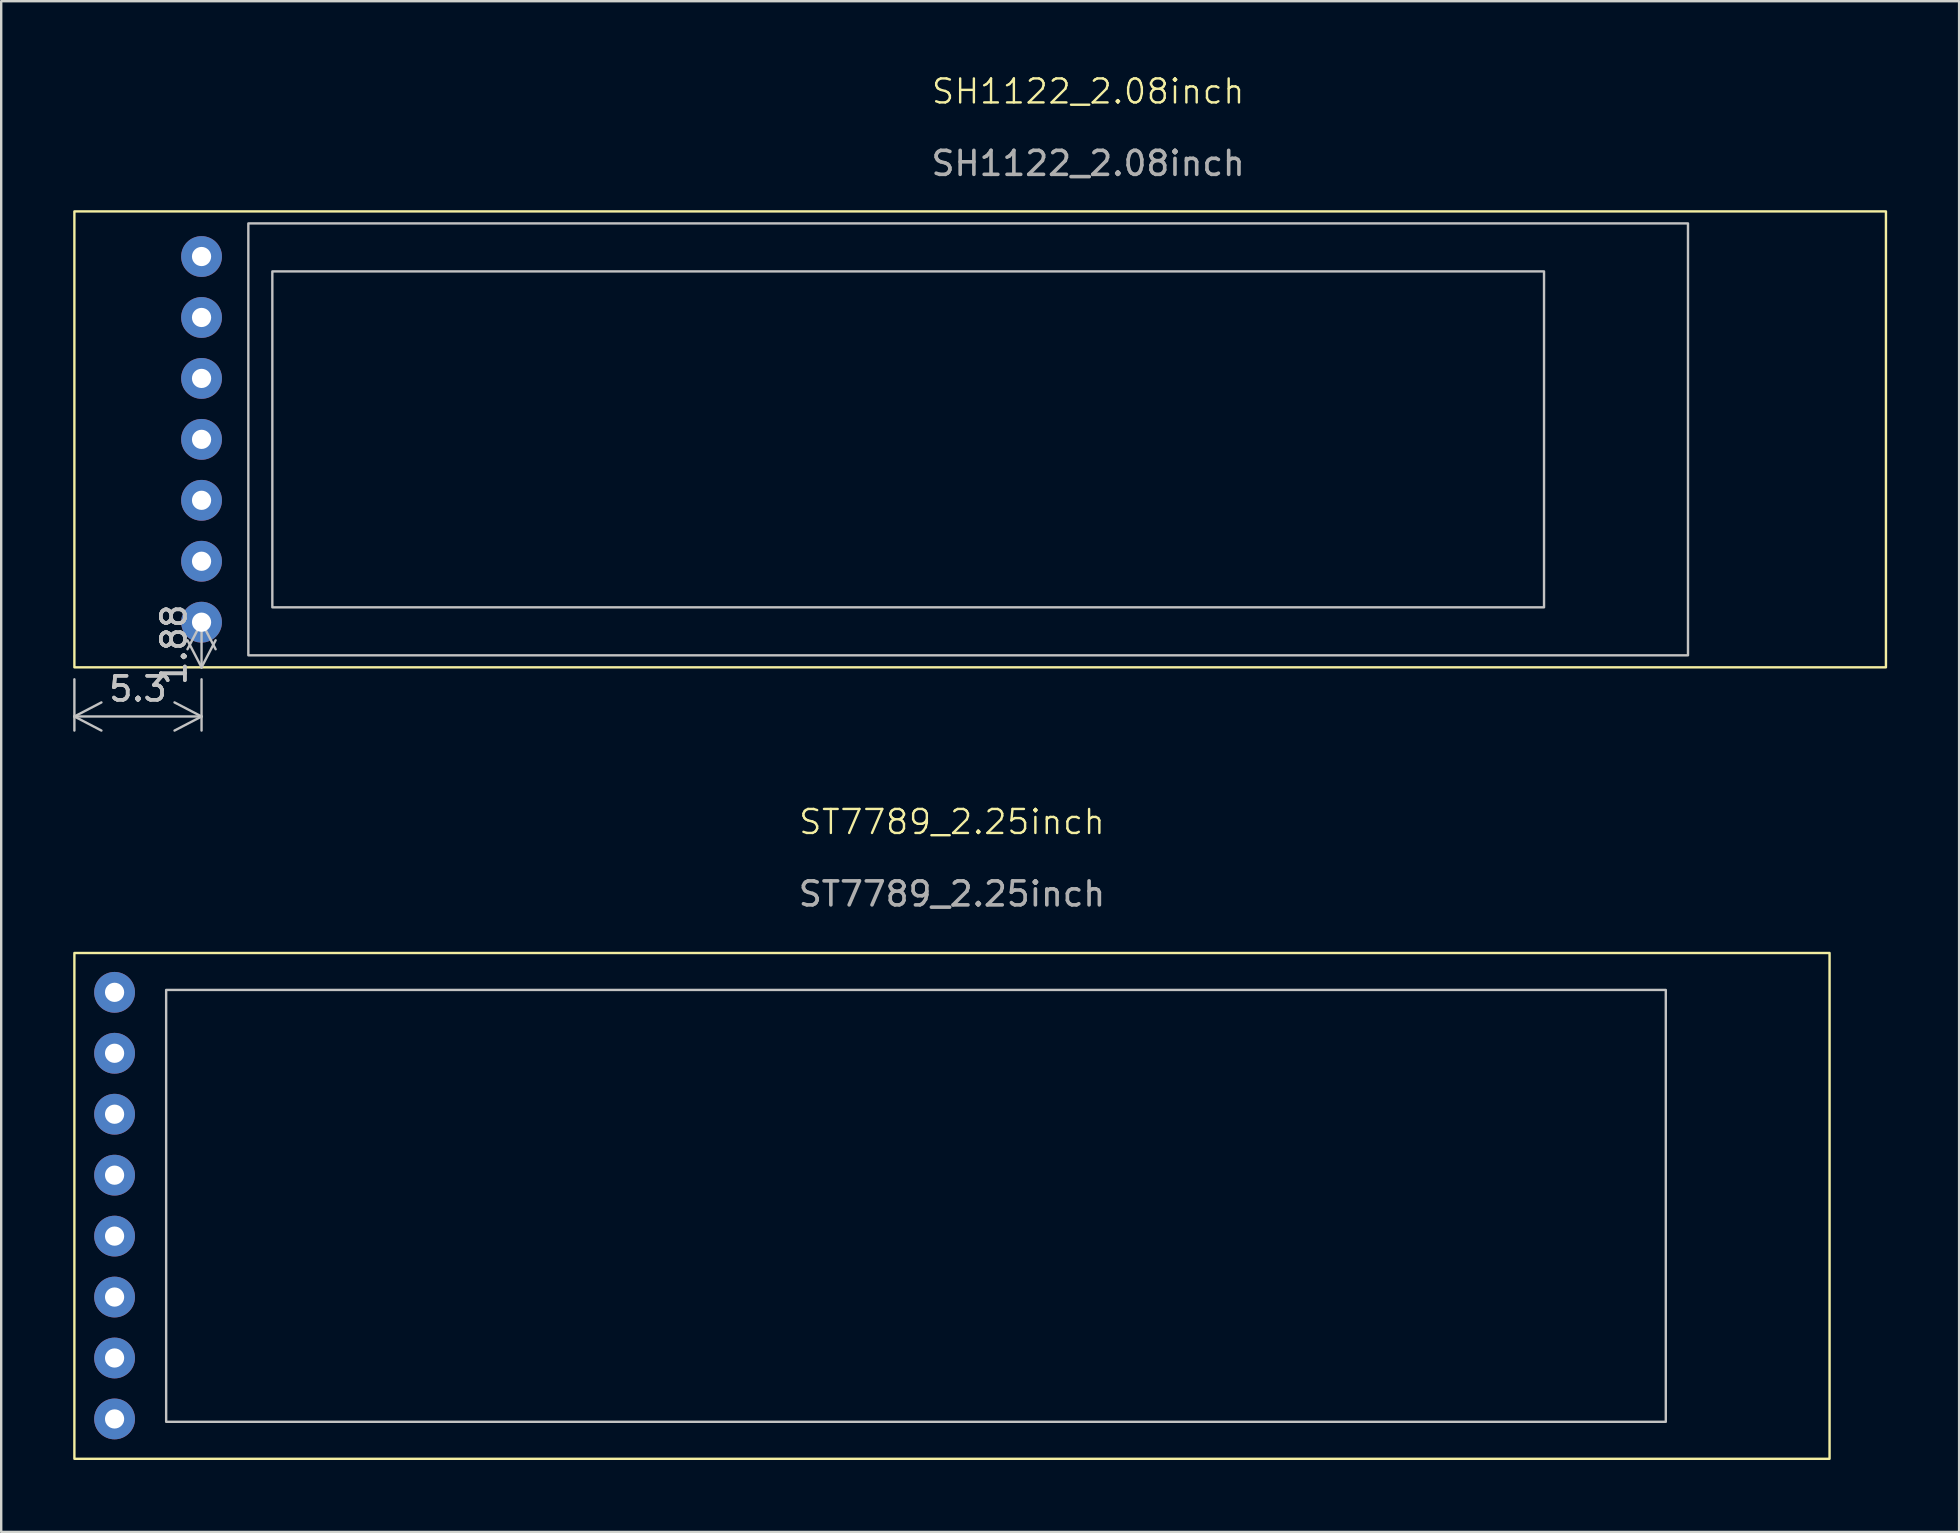
<source format=kicad_pcb>
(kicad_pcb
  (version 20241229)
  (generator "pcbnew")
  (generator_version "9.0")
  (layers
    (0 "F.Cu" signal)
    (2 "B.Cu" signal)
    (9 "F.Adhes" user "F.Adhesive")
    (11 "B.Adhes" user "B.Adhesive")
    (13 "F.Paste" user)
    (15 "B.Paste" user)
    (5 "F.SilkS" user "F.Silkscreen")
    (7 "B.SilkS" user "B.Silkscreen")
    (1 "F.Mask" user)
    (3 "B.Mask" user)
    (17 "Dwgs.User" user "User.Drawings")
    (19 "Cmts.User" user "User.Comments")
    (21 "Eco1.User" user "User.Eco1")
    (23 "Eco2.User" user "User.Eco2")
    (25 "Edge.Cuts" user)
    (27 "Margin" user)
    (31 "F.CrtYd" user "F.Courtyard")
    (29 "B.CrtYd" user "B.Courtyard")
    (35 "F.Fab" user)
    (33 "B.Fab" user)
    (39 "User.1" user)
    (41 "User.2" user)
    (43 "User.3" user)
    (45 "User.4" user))
  (footprint "SH1122_2.08inch"
    (layer "F.Cu")
    (at 42.3 15.761)
    (property "Reference" "SH1122_2.08inch" (at 0 -15 0) (unlocked yes) (layer "F.SilkS") (effects (font (size 1 1) (thickness 0.1))))
    (attr smd)
    (fp_rect (start -42.25 -10) (end 33.25 9) (stroke (width 0.1) (type solid)) (fill no) (layer "F.SilkS"))
    (fp_rect (start -35 -9.5) (end 25 8.5) (stroke (width 0.1) (type default)) (fill no) (layer "Dwgs.User"))
    (fp_rect (start -34 -7.5) (end 19 6.5) (stroke (width 0.1) (type default)) (fill no) (layer "Dwgs.User"))
    (fp_text user "${REFERENCE}" (at 0 -12 0) (unlocked yes) (layer "F.Fab") (effects (font (size 1 1) (thickness 0.15))))
    (dimension (type orthogonal) (layer "Dwgs.User") (pts (xy 5.35 24.761) (xy 5.35 22.881)) (height 0) (orientation 1) (format (prefix "") (suffix "") (units 3) (units_format 0) (precision 4) (suppress_zeroes yes)) (style (thickness 0.1) (arrow_length 1.27) (text_position_mode 0) (arrow_direction outward) (extension_height 0.586) (extension_offset 0.5) (keep_text_aligned yes)) (gr_text "1.88" (at 4.2 23.82 90) (layer "Dwgs.User") (effects (font (size 1 1) (thickness 0.15)))))
    (dimension (type orthogonal) (layer "Dwgs.User") (pts (xy 0.05 24.761) (xy 5.35 24.761)) (height 2.05) (orientation 0) (format (prefix "") (suffix "") (units 3) (units_format 0) (precision 4) (suppress_zeroes yes)) (style (thickness 0.1) (arrow_length 1.27) (text_position_mode 0) (arrow_direction outward) (extension_height 0.586) (extension_offset 0.5) (keep_text_aligned yes)) (gr_text "5.3" (at 2.7 25.66 0) (layer "Dwgs.User") (effects (font (size 1 1) (thickness 0.15)))))
    (pad "1" thru_hole circle (at -36.95 -8.12) (size 1.7 1.7) (drill 0.8) (layers "*.Cu" "*.Mask"))
    (pad "2" thru_hole circle (at -36.95 -5.58) (size 1.7 1.7) (drill 0.8) (layers "*.Cu" "*.Mask"))
    (pad "3" thru_hole circle (at -36.95 -3.04) (size 1.7 1.7) (drill 0.8) (layers "*.Cu" "*.Mask"))
    (pad "4" thru_hole circle (at -36.95 -0.5) (size 1.7 1.7) (drill 0.8) (layers "*.Cu" "*.Mask"))
    (pad "5" thru_hole circle (at -36.95 2.04) (size 1.7 1.7) (drill 0.8) (layers "*.Cu" "*.Mask"))
    (pad "6" thru_hole circle (at -36.95 4.58) (size 1.7 1.7) (drill 0.8) (layers "*.Cu" "*.Mask"))
    (pad "7" thru_hole circle (at -36.95 7.12) (size 1.7 1.7) (drill 0.8) (layers "*.Cu" "*.Mask")))
  (footprint "ST7789_2.25inch"
    (layer "F.Cu")
    (at 36.625 47.207)
    (property "Reference" "ST7789_2.25inch" (at 0 -16 0) (unlocked yes) (layer "F.SilkS") (effects (font (size 1 1) (thickness 0.1))))
    (attr smd)
    (fp_rect (start -36.575 -10.54) (end 36.575 10.54) (stroke (width 0.1) (type default)) (fill no) (layer "F.SilkS"))
    (fp_rect (start -32.75 -9) (end 29.75 9) (stroke (width 0.1) (type default)) (fill no) (layer "Dwgs.User"))
    (fp_text user "${REFERENCE}" (at 0 -13 0) (unlocked yes) (layer "F.Fab") (effects (font (size 1 1) (thickness 0.15))))
    (pad "1" thru_hole circle (at -34.9 -8.9) (size 1.7 1.7) (drill 0.8) (layers "*.Cu" "*.Mask"))
    (pad "2" thru_hole circle (at -34.9 -6.36) (size 1.7 1.7) (drill 0.8) (layers "*.Cu" "*.Mask"))
    (pad "3" thru_hole circle (at -34.9 -3.82) (size 1.7 1.7) (drill 0.8) (layers "*.Cu" "*.Mask"))
    (pad "4" thru_hole circle (at -34.9 -1.28) (size 1.7 1.7) (drill 0.8) (layers "*.Cu" "*.Mask"))
    (pad "5" thru_hole circle (at -34.9 1.26) (size 1.7 1.7) (drill 0.8) (layers "*.Cu" "*.Mask"))
    (pad "6" thru_hole circle (at -34.9 3.8) (size 1.7 1.7) (drill 0.8) (layers "*.Cu" "*.Mask"))
    (pad "7" thru_hole circle (at -34.9 6.34) (size 1.7 1.7) (drill 0.8) (layers "*.Cu" "*.Mask"))
    (pad "8" thru_hole circle (at -34.9 8.88) (size 1.7 1.7) (drill 0.8) (layers "*.Cu" "*.Mask")))
  (gr_rect
    (start -3 -3)
    (end 78.6 60.797)
    (stroke (width 0.1) (type default))
    (fill no)
    (layer "Edge.Cuts")))
</source>
